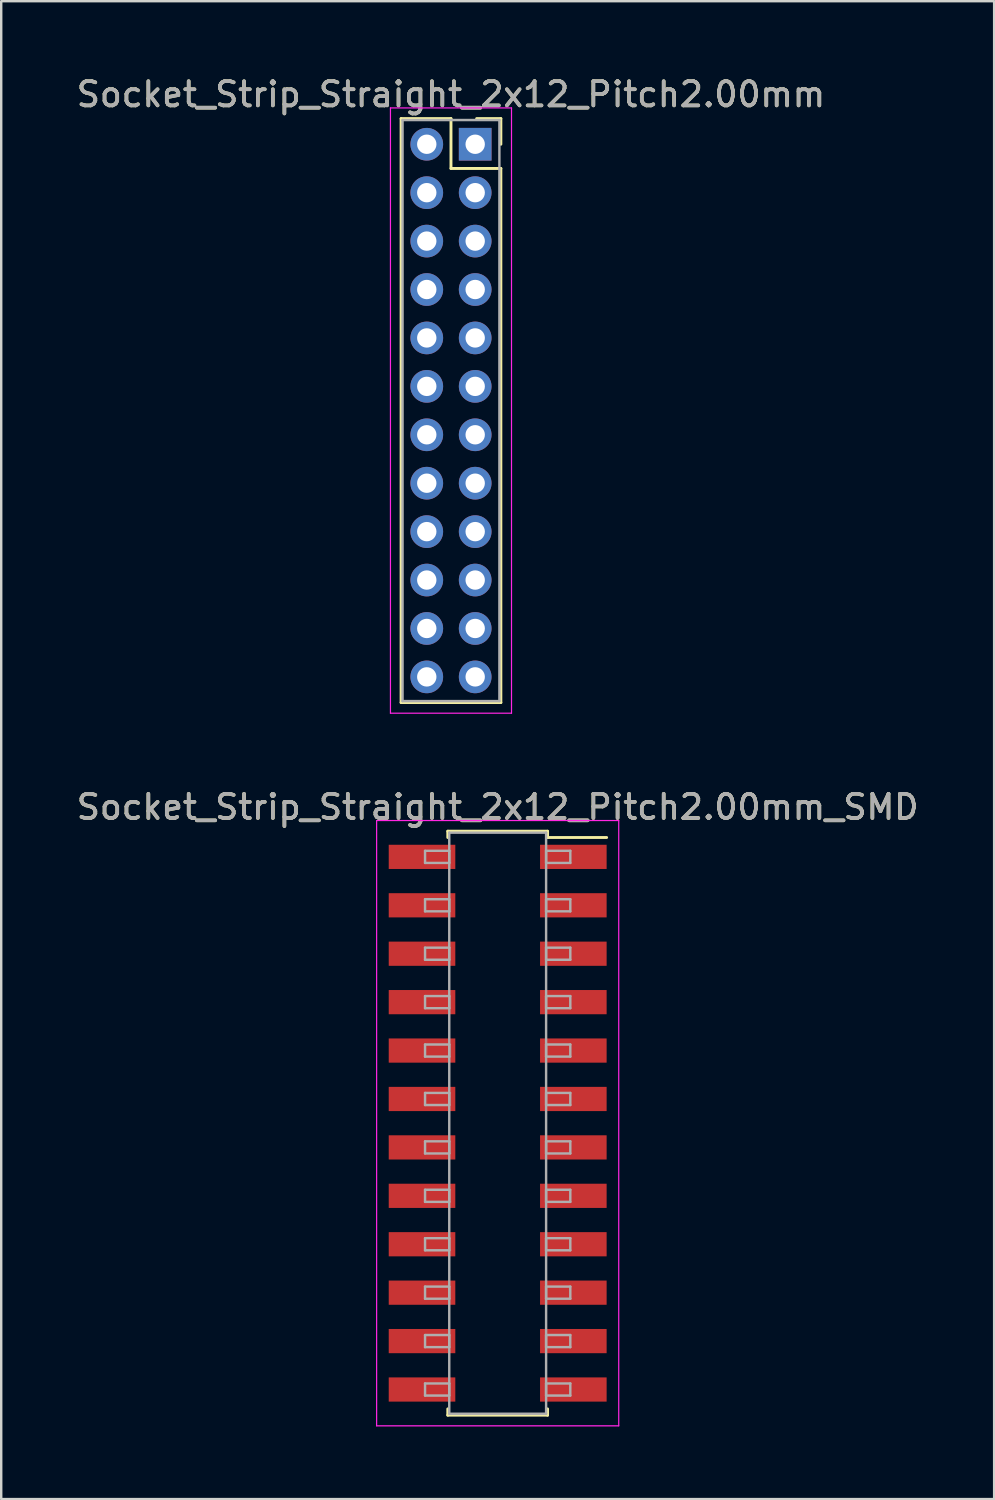
<source format=kicad_pcb>
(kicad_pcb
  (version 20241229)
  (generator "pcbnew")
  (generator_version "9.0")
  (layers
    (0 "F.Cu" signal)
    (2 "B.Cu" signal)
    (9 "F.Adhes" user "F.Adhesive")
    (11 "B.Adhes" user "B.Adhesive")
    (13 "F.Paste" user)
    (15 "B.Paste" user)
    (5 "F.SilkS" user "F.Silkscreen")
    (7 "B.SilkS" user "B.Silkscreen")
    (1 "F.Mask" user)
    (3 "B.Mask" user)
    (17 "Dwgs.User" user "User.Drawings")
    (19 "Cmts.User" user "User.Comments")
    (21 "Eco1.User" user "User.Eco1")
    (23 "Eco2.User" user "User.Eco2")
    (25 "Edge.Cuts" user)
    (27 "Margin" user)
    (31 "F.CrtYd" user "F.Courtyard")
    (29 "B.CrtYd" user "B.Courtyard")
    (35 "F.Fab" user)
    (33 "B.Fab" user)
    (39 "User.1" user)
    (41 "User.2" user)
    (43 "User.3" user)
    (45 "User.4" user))
  (footprint "Socket_Strip_Straight_2x12_Pitch2.00mm_SMD"
    (layer "F.Cu")
    (at 17.506 43.342)
    (property "Reference" "Socket_Strip_Straight_2x12_Pitch2.00mm_SMD" (at 0 -13.06 0) (layer "F.SilkS") (effects (font (size 1 1) (thickness 0.15))))
    (attr smd)
    (fp_line (start -2.06 -12.06) (end 2.06 -12.06) (stroke (width 0.12) (type solid)) (layer "F.SilkS"))
    (fp_line (start -2.06 -11.8) (end -2.06 -12.06) (stroke (width 0.12) (type solid)) (layer "F.SilkS"))
    (fp_line (start -2.06 11.8) (end -2.06 12.06) (stroke (width 0.12) (type solid)) (layer "F.SilkS"))
    (fp_line (start -2.06 12.06) (end 2.06 12.06) (stroke (width 0.12) (type solid)) (layer "F.SilkS"))
    (fp_line (start 2.06 -12.06) (end 2.06 -11.8) (stroke (width 0.12) (type solid)) (layer "F.SilkS"))
    (fp_line (start 2.06 12.06) (end 2.06 11.8) (stroke (width 0.12) (type solid)) (layer "F.SilkS"))
    (fp_line (start 4.5 -11.8) (end 2.06 -11.8) (stroke (width 0.12) (type solid)) (layer "F.SilkS"))
    (fp_line (start -5 -12.5) (end -5 12.5) (stroke (width 0.05) (type solid)) (layer "F.CrtYd"))
    (fp_line (start -5 12.5) (end 5 12.5) (stroke (width 0.05) (type solid)) (layer "F.CrtYd"))
    (fp_line (start 5 -12.5) (end -5 -12.5) (stroke (width 0.05) (type solid)) (layer "F.CrtYd"))
    (fp_line (start 5 12.5) (end 5 -12.5) (stroke (width 0.05) (type solid)) (layer "F.CrtYd"))
    (fp_line (start -3 -11.25) (end -2 -11.25) (stroke (width 0.1) (type solid)) (layer "F.Fab"))
    (fp_line (start -3 -10.75) (end -3 -11.25) (stroke (width 0.1) (type solid)) (layer "F.Fab"))
    (fp_line (start -3 -9.25) (end -2 -9.25) (stroke (width 0.1) (type solid)) (layer "F.Fab"))
    (fp_line (start -3 -8.75) (end -3 -9.25) (stroke (width 0.1) (type solid)) (layer "F.Fab"))
    (fp_line (start -3 -7.25) (end -2 -7.25) (stroke (width 0.1) (type solid)) (layer "F.Fab"))
    (fp_line (start -3 -6.75) (end -3 -7.25) (stroke (width 0.1) (type solid)) (layer "F.Fab"))
    (fp_line (start -3 -5.25) (end -2 -5.25) (stroke (width 0.1) (type solid)) (layer "F.Fab"))
    (fp_line (start -3 -4.75) (end -3 -5.25) (stroke (width 0.1) (type solid)) (layer "F.Fab"))
    (fp_line (start -3 -3.25) (end -2 -3.25) (stroke (width 0.1) (type solid)) (layer "F.Fab"))
    (fp_line (start -3 -2.75) (end -3 -3.25) (stroke (width 0.1) (type solid)) (layer "F.Fab"))
    (fp_line (start -3 -1.25) (end -2 -1.25) (stroke (width 0.1) (type solid)) (layer "F.Fab"))
    (fp_line (start -3 -0.75) (end -3 -1.25) (stroke (width 0.1) (type solid)) (layer "F.Fab"))
    (fp_line (start -3 0.75) (end -2 0.75) (stroke (width 0.1) (type solid)) (layer "F.Fab"))
    (fp_line (start -3 1.25) (end -3 0.75) (stroke (width 0.1) (type solid)) (layer "F.Fab"))
    (fp_line (start -3 2.75) (end -2 2.75) (stroke (width 0.1) (type solid)) (layer "F.Fab"))
    (fp_line (start -3 3.25) (end -3 2.75) (stroke (width 0.1) (type solid)) (layer "F.Fab"))
    (fp_line (start -3 4.75) (end -2 4.75) (stroke (width 0.1) (type solid)) (layer "F.Fab"))
    (fp_line (start -3 5.25) (end -3 4.75) (stroke (width 0.1) (type solid)) (layer "F.Fab"))
    (fp_line (start -3 6.75) (end -2 6.75) (stroke (width 0.1) (type solid)) (layer "F.Fab"))
    (fp_line (start -3 7.25) (end -3 6.75) (stroke (width 0.1) (type solid)) (layer "F.Fab"))
    (fp_line (start -3 8.75) (end -2 8.75) (stroke (width 0.1) (type solid)) (layer "F.Fab"))
    (fp_line (start -3 9.25) (end -3 8.75) (stroke (width 0.1) (type solid)) (layer "F.Fab"))
    (fp_line (start -3 10.75) (end -2 10.75) (stroke (width 0.1) (type solid)) (layer "F.Fab"))
    (fp_line (start -3 11.25) (end -3 10.75) (stroke (width 0.1) (type solid)) (layer "F.Fab"))
    (fp_line (start -2 -12) (end -2 12) (stroke (width 0.1) (type solid)) (layer "F.Fab"))
    (fp_line (start -2 -11.25) (end -2 -10.75) (stroke (width 0.1) (type solid)) (layer "F.Fab"))
    (fp_line (start -2 -10.75) (end -3 -10.75) (stroke (width 0.1) (type solid)) (layer "F.Fab"))
    (fp_line (start -2 -9.25) (end -2 -8.75) (stroke (width 0.1) (type solid)) (layer "F.Fab"))
    (fp_line (start -2 -8.75) (end -3 -8.75) (stroke (width 0.1) (type solid)) (layer "F.Fab"))
    (fp_line (start -2 -7.25) (end -2 -6.75) (stroke (width 0.1) (type solid)) (layer "F.Fab"))
    (fp_line (start -2 -6.75) (end -3 -6.75) (stroke (width 0.1) (type solid)) (layer "F.Fab"))
    (fp_line (start -2 -5.25) (end -2 -4.75) (stroke (width 0.1) (type solid)) (layer "F.Fab"))
    (fp_line (start -2 -4.75) (end -3 -4.75) (stroke (width 0.1) (type solid)) (layer "F.Fab"))
    (fp_line (start -2 -3.25) (end -2 -2.75) (stroke (width 0.1) (type solid)) (layer "F.Fab"))
    (fp_line (start -2 -2.75) (end -3 -2.75) (stroke (width 0.1) (type solid)) (layer "F.Fab"))
    (fp_line (start -2 -1.25) (end -2 -0.75) (stroke (width 0.1) (type solid)) (layer "F.Fab"))
    (fp_line (start -2 -0.75) (end -3 -0.75) (stroke (width 0.1) (type solid)) (layer "F.Fab"))
    (fp_line (start -2 0.75) (end -2 1.25) (stroke (width 0.1) (type solid)) (layer "F.Fab"))
    (fp_line (start -2 1.25) (end -3 1.25) (stroke (width 0.1) (type solid)) (layer "F.Fab"))
    (fp_line (start -2 2.75) (end -2 3.25) (stroke (width 0.1) (type solid)) (layer "F.Fab"))
    (fp_line (start -2 3.25) (end -3 3.25) (stroke (width 0.1) (type solid)) (layer "F.Fab"))
    (fp_line (start -2 4.75) (end -2 5.25) (stroke (width 0.1) (type solid)) (layer "F.Fab"))
    (fp_line (start -2 5.25) (end -3 5.25) (stroke (width 0.1) (type solid)) (layer "F.Fab"))
    (fp_line (start -2 6.75) (end -2 7.25) (stroke (width 0.1) (type solid)) (layer "F.Fab"))
    (fp_line (start -2 7.25) (end -3 7.25) (stroke (width 0.1) (type solid)) (layer "F.Fab"))
    (fp_line (start -2 8.75) (end -2 9.25) (stroke (width 0.1) (type solid)) (layer "F.Fab"))
    (fp_line (start -2 9.25) (end -3 9.25) (stroke (width 0.1) (type solid)) (layer "F.Fab"))
    (fp_line (start -2 10.75) (end -2 11.25) (stroke (width 0.1) (type solid)) (layer "F.Fab"))
    (fp_line (start -2 11.25) (end -3 11.25) (stroke (width 0.1) (type solid)) (layer "F.Fab"))
    (fp_line (start -2 12) (end 2 12) (stroke (width 0.1) (type solid)) (layer "F.Fab"))
    (fp_line (start 2 -12) (end -2 -12) (stroke (width 0.1) (type solid)) (layer "F.Fab"))
    (fp_line (start 2 -11.25) (end 2 -10.75) (stroke (width 0.1) (type solid)) (layer "F.Fab"))
    (fp_line (start 2 -10.75) (end 3 -10.75) (stroke (width 0.1) (type solid)) (layer "F.Fab"))
    (fp_line (start 2 -9.25) (end 2 -8.75) (stroke (width 0.1) (type solid)) (layer "F.Fab"))
    (fp_line (start 2 -8.75) (end 3 -8.75) (stroke (width 0.1) (type solid)) (layer "F.Fab"))
    (fp_line (start 2 -7.25) (end 2 -6.75) (stroke (width 0.1) (type solid)) (layer "F.Fab"))
    (fp_line (start 2 -6.75) (end 3 -6.75) (stroke (width 0.1) (type solid)) (layer "F.Fab"))
    (fp_line (start 2 -5.25) (end 2 -4.75) (stroke (width 0.1) (type solid)) (layer "F.Fab"))
    (fp_line (start 2 -4.75) (end 3 -4.75) (stroke (width 0.1) (type solid)) (layer "F.Fab"))
    (fp_line (start 2 -3.25) (end 2 -2.75) (stroke (width 0.1) (type solid)) (layer "F.Fab"))
    (fp_line (start 2 -2.75) (end 3 -2.75) (stroke (width 0.1) (type solid)) (layer "F.Fab"))
    (fp_line (start 2 -1.25) (end 2 -0.75) (stroke (width 0.1) (type solid)) (layer "F.Fab"))
    (fp_line (start 2 -0.75) (end 3 -0.75) (stroke (width 0.1) (type solid)) (layer "F.Fab"))
    (fp_line (start 2 0.75) (end 2 1.25) (stroke (width 0.1) (type solid)) (layer "F.Fab"))
    (fp_line (start 2 1.25) (end 3 1.25) (stroke (width 0.1) (type solid)) (layer "F.Fab"))
    (fp_line (start 2 2.75) (end 2 3.25) (stroke (width 0.1) (type solid)) (layer "F.Fab"))
    (fp_line (start 2 3.25) (end 3 3.25) (stroke (width 0.1) (type solid)) (layer "F.Fab"))
    (fp_line (start 2 4.75) (end 2 5.25) (stroke (width 0.1) (type solid)) (layer "F.Fab"))
    (fp_line (start 2 5.25) (end 3 5.25) (stroke (width 0.1) (type solid)) (layer "F.Fab"))
    (fp_line (start 2 6.75) (end 2 7.25) (stroke (width 0.1) (type solid)) (layer "F.Fab"))
    (fp_line (start 2 7.25) (end 3 7.25) (stroke (width 0.1) (type solid)) (layer "F.Fab"))
    (fp_line (start 2 8.75) (end 2 9.25) (stroke (width 0.1) (type solid)) (layer "F.Fab"))
    (fp_line (start 2 9.25) (end 3 9.25) (stroke (width 0.1) (type solid)) (layer "F.Fab"))
    (fp_line (start 2 10.75) (end 2 11.25) (stroke (width 0.1) (type solid)) (layer "F.Fab"))
    (fp_line (start 2 11.25) (end 3 11.25) (stroke (width 0.1) (type solid)) (layer "F.Fab"))
    (fp_line (start 2 12) (end 2 -12) (stroke (width 0.1) (type solid)) (layer "F.Fab"))
    (fp_line (start 3 -11.25) (end 2 -11.25) (stroke (width 0.1) (type solid)) (layer "F.Fab"))
    (fp_line (start 3 -10.75) (end 3 -11.25) (stroke (width 0.1) (type solid)) (layer "F.Fab"))
    (fp_line (start 3 -9.25) (end 2 -9.25) (stroke (width 0.1) (type solid)) (layer "F.Fab"))
    (fp_line (start 3 -8.75) (end 3 -9.25) (stroke (width 0.1) (type solid)) (layer "F.Fab"))
    (fp_line (start 3 -7.25) (end 2 -7.25) (stroke (width 0.1) (type solid)) (layer "F.Fab"))
    (fp_line (start 3 -6.75) (end 3 -7.25) (stroke (width 0.1) (type solid)) (layer "F.Fab"))
    (fp_line (start 3 -5.25) (end 2 -5.25) (stroke (width 0.1) (type solid)) (layer "F.Fab"))
    (fp_line (start 3 -4.75) (end 3 -5.25) (stroke (width 0.1) (type solid)) (layer "F.Fab"))
    (fp_line (start 3 -3.25) (end 2 -3.25) (stroke (width 0.1) (type solid)) (layer "F.Fab"))
    (fp_line (start 3 -2.75) (end 3 -3.25) (stroke (width 0.1) (type solid)) (layer "F.Fab"))
    (fp_line (start 3 -1.25) (end 2 -1.25) (stroke (width 0.1) (type solid)) (layer "F.Fab"))
    (fp_line (start 3 -0.75) (end 3 -1.25) (stroke (width 0.1) (type solid)) (layer "F.Fab"))
    (fp_line (start 3 0.75) (end 2 0.75) (stroke (width 0.1) (type solid)) (layer "F.Fab"))
    (fp_line (start 3 1.25) (end 3 0.75) (stroke (width 0.1) (type solid)) (layer "F.Fab"))
    (fp_line (start 3 2.75) (end 2 2.75) (stroke (width 0.1) (type solid)) (layer "F.Fab"))
    (fp_line (start 3 3.25) (end 3 2.75) (stroke (width 0.1) (type solid)) (layer "F.Fab"))
    (fp_line (start 3 4.75) (end 2 4.75) (stroke (width 0.1) (type solid)) (layer "F.Fab"))
    (fp_line (start 3 5.25) (end 3 4.75) (stroke (width 0.1) (type solid)) (layer "F.Fab"))
    (fp_line (start 3 6.75) (end 2 6.75) (stroke (width 0.1) (type solid)) (layer "F.Fab"))
    (fp_line (start 3 7.25) (end 3 6.75) (stroke (width 0.1) (type solid)) (layer "F.Fab"))
    (fp_line (start 3 8.75) (end 2 8.75) (stroke (width 0.1) (type solid)) (layer "F.Fab"))
    (fp_line (start 3 9.25) (end 3 8.75) (stroke (width 0.1) (type solid)) (layer "F.Fab"))
    (fp_line (start 3 10.75) (end 2 10.75) (stroke (width 0.1) (type solid)) (layer "F.Fab"))
    (fp_line (start 3 11.25) (end 3 10.75) (stroke (width 0.1) (type solid)) (layer "F.Fab"))
    (fp_text user "${REFERENCE}" (at 0 -13.06 0) (layer "F.Fab") (effects (font (size 1 1) (thickness 0.15))))
    (pad "1" smd rect (at 3.125 -11) (size 2.75 1) (layers "F.Cu" "F.Mask" "F.Paste"))
    (pad "2" smd rect (at -3.125 -11) (size 2.75 1) (layers "F.Cu" "F.Mask" "F.Paste"))
    (pad "3" smd rect (at 3.125 -9) (size 2.75 1) (layers "F.Cu" "F.Mask" "F.Paste"))
    (pad "4" smd rect (at -3.125 -9) (size 2.75 1) (layers "F.Cu" "F.Mask" "F.Paste"))
    (pad "5" smd rect (at 3.125 -7) (size 2.75 1) (layers "F.Cu" "F.Mask" "F.Paste"))
    (pad "6" smd rect (at -3.125 -7) (size 2.75 1) (layers "F.Cu" "F.Mask" "F.Paste"))
    (pad "7" smd rect (at 3.125 -5) (size 2.75 1) (layers "F.Cu" "F.Mask" "F.Paste"))
    (pad "8" smd rect (at -3.125 -5) (size 2.75 1) (layers "F.Cu" "F.Mask" "F.Paste"))
    (pad "9" smd rect (at 3.125 -3) (size 2.75 1) (layers "F.Cu" "F.Mask" "F.Paste"))
    (pad "10" smd rect (at -3.125 -3) (size 2.75 1) (layers "F.Cu" "F.Mask" "F.Paste"))
    (pad "11" smd rect (at 3.125 -1) (size 2.75 1) (layers "F.Cu" "F.Mask" "F.Paste"))
    (pad "12" smd rect (at -3.125 -1) (size 2.75 1) (layers "F.Cu" "F.Mask" "F.Paste"))
    (pad "13" smd rect (at 3.125 1) (size 2.75 1) (layers "F.Cu" "F.Mask" "F.Paste"))
    (pad "14" smd rect (at -3.125 1) (size 2.75 1) (layers "F.Cu" "F.Mask" "F.Paste"))
    (pad "15" smd rect (at 3.125 3) (size 2.75 1) (layers "F.Cu" "F.Mask" "F.Paste"))
    (pad "16" smd rect (at -3.125 3) (size 2.75 1) (layers "F.Cu" "F.Mask" "F.Paste"))
    (pad "17" smd rect (at 3.125 5) (size 2.75 1) (layers "F.Cu" "F.Mask" "F.Paste"))
    (pad "18" smd rect (at -3.125 5) (size 2.75 1) (layers "F.Cu" "F.Mask" "F.Paste"))
    (pad "19" smd rect (at 3.125 7) (size 2.75 1) (layers "F.Cu" "F.Mask" "F.Paste"))
    (pad "20" smd rect (at -3.125 7) (size 2.75 1) (layers "F.Cu" "F.Mask" "F.Paste"))
    (pad "21" smd rect (at 3.125 9) (size 2.75 1) (layers "F.Cu" "F.Mask" "F.Paste"))
    (pad "22" smd rect (at -3.125 9) (size 2.75 1) (layers "F.Cu" "F.Mask" "F.Paste"))
    (pad "23" smd rect (at 3.125 11) (size 2.75 1) (layers "F.Cu" "F.Mask" "F.Paste"))
    (pad "24" smd rect (at -3.125 11) (size 2.75 1) (layers "F.Cu" "F.Mask" "F.Paste")))
  (footprint "Socket_Strip_Straight_2x12_Pitch2.00mm"
    (layer "F.Cu")
    (at 16.577 2.908)
    (property "Reference" "Socket_Strip_Straight_2x12_Pitch2.00mm" (at -1 -2.06 0) (layer "F.SilkS") (effects (font (size 1 1) (thickness 0.15))))
    (attr through_hole)
    (fp_line (start -3.06 -1.06) (end -1 -1.06) (stroke (width 0.12) (type solid)) (layer "F.SilkS"))
    (fp_line (start -3.06 23.06) (end -3.06 -1.06) (stroke (width 0.12) (type solid)) (layer "F.SilkS"))
    (fp_line (start -1 -1.06) (end -1 1) (stroke (width 0.12) (type solid)) (layer "F.SilkS"))
    (fp_line (start -1 1) (end 1.06 1) (stroke (width 0.12) (type solid)) (layer "F.SilkS"))
    (fp_line (start 1.06 -1.06) (end 0.06 -1.06) (stroke (width 0.12) (type solid)) (layer "F.SilkS"))
    (fp_line (start 1.06 0) (end 1.06 -1.06) (stroke (width 0.12) (type solid)) (layer "F.SilkS"))
    (fp_line (start 1.06 1) (end 1.06 23.06) (stroke (width 0.12) (type solid)) (layer "F.SilkS"))
    (fp_line (start 1.06 23.06) (end -3.06 23.06) (stroke (width 0.12) (type solid)) (layer "F.SilkS"))
    (fp_line (start -3.5 -1.5) (end -3.5 23.5) (stroke (width 0.05) (type solid)) (layer "F.CrtYd"))
    (fp_line (start -3.5 23.5) (end 1.5 23.5) (stroke (width 0.05) (type solid)) (layer "F.CrtYd"))
    (fp_line (start 1.5 -1.5) (end -3.5 -1.5) (stroke (width 0.05) (type solid)) (layer "F.CrtYd"))
    (fp_line (start 1.5 23.5) (end 1.5 -1.5) (stroke (width 0.05) (type solid)) (layer "F.CrtYd"))
    (fp_line (start -3 -1) (end -3 23) (stroke (width 0.1) (type solid)) (layer "F.Fab"))
    (fp_line (start -3 23) (end 1 23) (stroke (width 0.1) (type solid)) (layer "F.Fab"))
    (fp_line (start 1 -1) (end -3 -1) (stroke (width 0.1) (type solid)) (layer "F.Fab"))
    (fp_line (start 1 23) (end 1 -1) (stroke (width 0.1) (type solid)) (layer "F.Fab"))
    (fp_text user "${REFERENCE}" (at -1 -2.06 0) (layer "F.Fab") (effects (font (size 1 1) (thickness 0.15))))
    (pad "1" thru_hole rect (at 0 0) (size 1.35 1.35) (drill 0.8) (layers "*.Cu" "*.Mask"))
    (pad "2" thru_hole oval (at -2 0) (size 1.35 1.35) (drill 0.8) (layers "*.Cu" "*.Mask"))
    (pad "3" thru_hole oval (at 0 2) (size 1.35 1.35) (drill 0.8) (layers "*.Cu" "*.Mask"))
    (pad "4" thru_hole oval (at -2 2) (size 1.35 1.35) (drill 0.8) (layers "*.Cu" "*.Mask"))
    (pad "5" thru_hole oval (at 0 4) (size 1.35 1.35) (drill 0.8) (layers "*.Cu" "*.Mask"))
    (pad "6" thru_hole oval (at -2 4) (size 1.35 1.35) (drill 0.8) (layers "*.Cu" "*.Mask"))
    (pad "7" thru_hole oval (at 0 6) (size 1.35 1.35) (drill 0.8) (layers "*.Cu" "*.Mask"))
    (pad "8" thru_hole oval (at -2 6) (size 1.35 1.35) (drill 0.8) (layers "*.Cu" "*.Mask"))
    (pad "9" thru_hole oval (at 0 8) (size 1.35 1.35) (drill 0.8) (layers "*.Cu" "*.Mask"))
    (pad "10" thru_hole oval (at -2 8) (size 1.35 1.35) (drill 0.8) (layers "*.Cu" "*.Mask"))
    (pad "11" thru_hole oval (at 0 10) (size 1.35 1.35) (drill 0.8) (layers "*.Cu" "*.Mask"))
    (pad "12" thru_hole oval (at -2 10) (size 1.35 1.35) (drill 0.8) (layers "*.Cu" "*.Mask"))
    (pad "13" thru_hole oval (at 0 12) (size 1.35 1.35) (drill 0.8) (layers "*.Cu" "*.Mask"))
    (pad "14" thru_hole oval (at -2 12) (size 1.35 1.35) (drill 0.8) (layers "*.Cu" "*.Mask"))
    (pad "15" thru_hole oval (at 0 14) (size 1.35 1.35) (drill 0.8) (layers "*.Cu" "*.Mask"))
    (pad "16" thru_hole oval (at -2 14) (size 1.35 1.35) (drill 0.8) (layers "*.Cu" "*.Mask"))
    (pad "17" thru_hole oval (at 0 16) (size 1.35 1.35) (drill 0.8) (layers "*.Cu" "*.Mask"))
    (pad "18" thru_hole oval (at -2 16) (size 1.35 1.35) (drill 0.8) (layers "*.Cu" "*.Mask"))
    (pad "19" thru_hole oval (at 0 18) (size 1.35 1.35) (drill 0.8) (layers "*.Cu" "*.Mask"))
    (pad "20" thru_hole oval (at -2 18) (size 1.35 1.35) (drill 0.8) (layers "*.Cu" "*.Mask"))
    (pad "21" thru_hole oval (at 0 20) (size 1.35 1.35) (drill 0.8) (layers "*.Cu" "*.Mask"))
    (pad "22" thru_hole oval (at -2 20) (size 1.35 1.35) (drill 0.8) (layers "*.Cu" "*.Mask"))
    (pad "23" thru_hole oval (at 0 22) (size 1.35 1.35) (drill 0.8) (layers "*.Cu" "*.Mask"))
    (pad "24" thru_hole oval (at -2 22) (size 1.35 1.35) (drill 0.8) (layers "*.Cu" "*.Mask")))
  (gr_rect
    (start -3 -3)
    (end 38.012 58.867)
    (stroke (width 0.1) (type default))
    (fill no)
    (layer "Edge.Cuts")))
</source>
